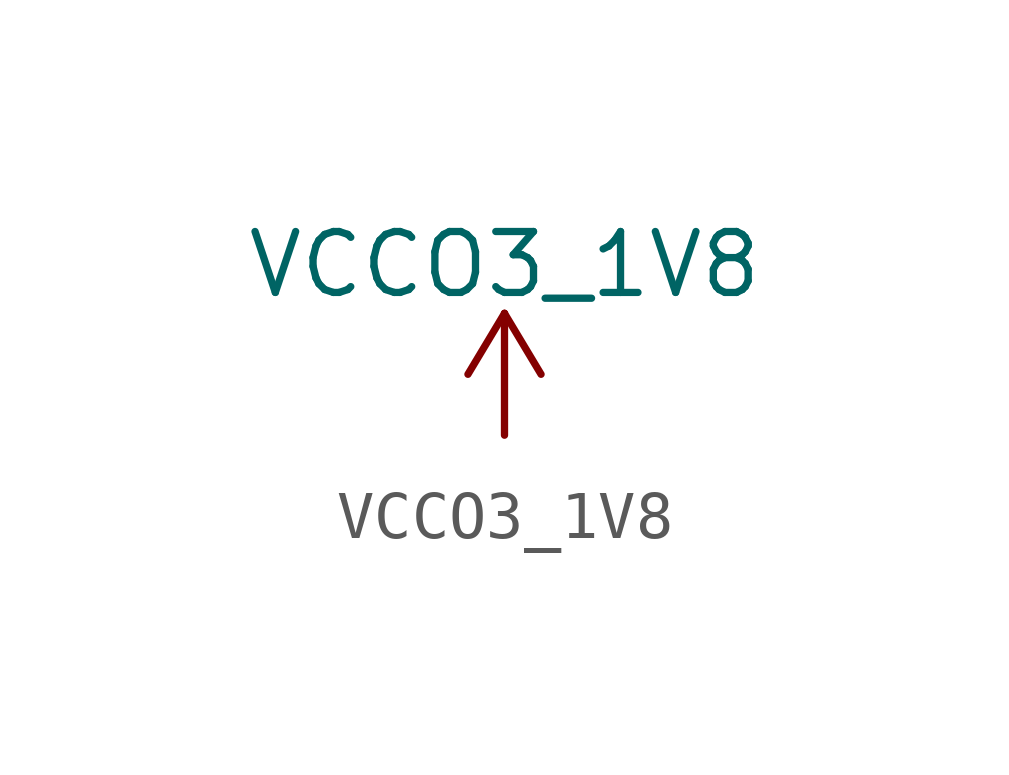
<source format=kicad_sym>
(kicad_symbol_lib
  (version 20211014)
  (generator kicad_symbol_editor)
  (symbol "VCCO3_1V8"
    (power)
    (pin_names
      (offset 0))
    (property "Reference" "#PWR"
      (at 0 -3.81 0)
      (effects (font (size 1.27 1.27)) hide))
    (property "Value" "VCCO3_1V8"
      (at 0 3.556 0)
      (effects (font (size 1.27 1.27))))
    (symbol "VCCO3_1V8_0_1"
      (polyline (pts (xy -0.762 1.27) (xy 0 2.54)) (stroke (width 0) (type default) (color 0 0 0 0)) (fill (type none)))
      (polyline (pts (xy 0 0) (xy 0 2.54)) (stroke (width 0) (type default) (color 0 0 0 0)) (fill (type none)))
      (polyline (pts (xy 0 2.54) (xy 0.762 1.27)) (stroke (width 0) (type default) (color 0 0 0 0)) (fill (type none))))
    (symbol "VCCO3_1V8_1_1"
      (pin power_in line (at 0 0 90) (length 0) hide (name "VCCO3_1V8" (effects (font (size 1.27 1.27)))) (number "1" (effects (font (size 1.27 1.27))))))))
</source>
